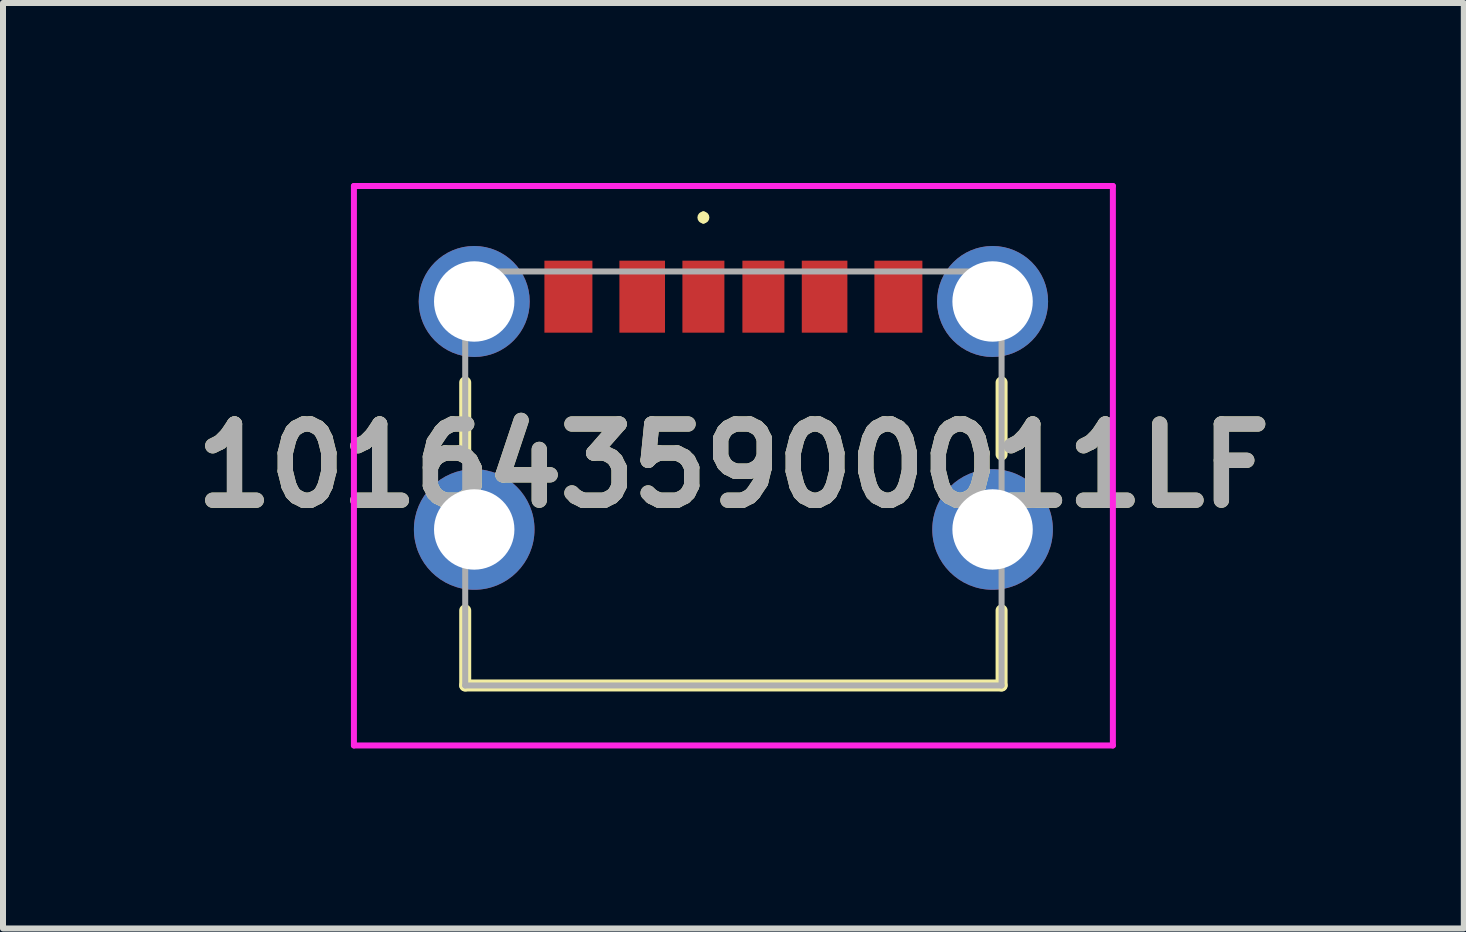
<source format=kicad_pcb>
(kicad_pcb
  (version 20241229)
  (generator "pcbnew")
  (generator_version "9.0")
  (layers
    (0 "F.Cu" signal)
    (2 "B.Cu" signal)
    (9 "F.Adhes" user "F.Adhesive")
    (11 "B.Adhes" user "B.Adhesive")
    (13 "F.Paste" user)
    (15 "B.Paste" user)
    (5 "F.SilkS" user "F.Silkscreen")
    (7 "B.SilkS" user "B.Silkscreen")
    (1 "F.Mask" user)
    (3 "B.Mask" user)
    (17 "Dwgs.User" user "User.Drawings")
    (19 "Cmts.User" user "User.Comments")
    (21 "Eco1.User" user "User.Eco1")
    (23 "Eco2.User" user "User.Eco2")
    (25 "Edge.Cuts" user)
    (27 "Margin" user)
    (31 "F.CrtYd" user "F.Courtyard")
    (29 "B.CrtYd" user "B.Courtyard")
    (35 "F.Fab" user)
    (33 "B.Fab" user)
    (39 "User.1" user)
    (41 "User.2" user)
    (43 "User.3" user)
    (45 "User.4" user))
  (footprint "1016435900011LF"
    (layer "F.Cu")
    (at 9.174 4.925)
    (property "Reference" "1016435900011LF" (at 0 -0.212 0) (layer "F.SilkS") (effects (font (size 1.27 1.27) (thickness 0.254))))
    (attr through_hole)
    (fp_line (start -4.47 -1.6) (end -4.47 -0.4) (stroke (width 0.2) (type solid)) (layer "F.SilkS"))
    (fp_line (start -4.47 2.2) (end -4.47 3.45) (stroke (width 0.2) (type solid)) (layer "F.SilkS"))
    (fp_line (start -4.47 3.45) (end 4.47 3.45) (stroke (width 0.2) (type solid)) (layer "F.SilkS"))
    (fp_line (start -0.5 -4.4) (end -0.5 -4.4) (stroke (width 0.1) (type solid)) (layer "F.SilkS"))
    (fp_line (start -0.5 -4.3) (end -0.5 -4.3) (stroke (width 0.1) (type solid)) (layer "F.SilkS"))
    (fp_line (start 4.47 -1.6) (end 4.47 -0.4) (stroke (width 0.2) (type solid)) (layer "F.SilkS"))
    (fp_line (start 4.47 3.45) (end 4.47 2.2) (stroke (width 0.2) (type solid)) (layer "F.SilkS"))
    (fp_arc (start -0.5 -4.4) (mid -0.45 -4.35) (end -0.5 -4.3) (stroke (width 0.1) (type solid)) (layer "F.SilkS"))
    (fp_arc (start -0.5 -4.3) (mid -0.55 -4.35) (end -0.5 -4.4) (stroke (width 0.1) (type solid)) (layer "F.SilkS"))
    (fp_line (start -6.325 -4.875) (end 6.325 -4.875) (stroke (width 0.1) (type solid)) (layer "F.CrtYd"))
    (fp_line (start -6.325 4.45) (end -6.325 -4.875) (stroke (width 0.1) (type solid)) (layer "F.CrtYd"))
    (fp_line (start 6.325 -4.875) (end 6.325 4.45) (stroke (width 0.1) (type solid)) (layer "F.CrtYd"))
    (fp_line (start 6.325 4.45) (end -6.325 4.45) (stroke (width 0.1) (type solid)) (layer "F.CrtYd"))
    (fp_line (start -4.47 -3.45) (end -4.47 3.45) (stroke (width 0.1) (type solid)) (layer "F.Fab"))
    (fp_line (start -4.47 3.45) (end 4.47 3.45) (stroke (width 0.1) (type solid)) (layer "F.Fab"))
    (fp_line (start 4.47 -3.45) (end -4.47 -3.45) (stroke (width 0.1) (type solid)) (layer "F.Fab"))
    (fp_line (start 4.47 3.45) (end 4.47 -3.45) (stroke (width 0.1) (type solid)) (layer "F.Fab"))
    (fp_text user "${REFERENCE}" (at 0 -0.212 0) (layer "F.Fab") (effects (font (size 1.27 1.27) (thickness 0.254))))
    (pad "A5" smd rect (at -0.5 -3.03) (size 0.7 1.2) (layers "F.Cu" "F.Mask" "F.Paste"))
    (pad "A9" smd rect (at 1.52 -3.03) (size 0.76 1.2) (layers "F.Cu" "F.Mask" "F.Paste"))
    (pad "A12" smd rect (at 2.75 -3.03) (size 0.8 1.2) (layers "F.Cu" "F.Mask" "F.Paste"))
    (pad "B5" smd rect (at 0.5 -3.03) (size 0.7 1.2) (layers "F.Cu" "F.Mask" "F.Paste"))
    (pad "B9" smd rect (at -1.52 -3.03) (size 0.76 1.2) (layers "F.Cu" "F.Mask" "F.Paste"))
    (pad "B12" smd rect (at -2.75 -3.03) (size 0.8 1.2) (layers "F.Cu" "F.Mask" "F.Paste"))
    (pad "MH1" thru_hole circle (at -4.32 -2.95) (size 1.85 1.85) (drill 1.34) (layers "*.Cu" "*.Mask"))
    (pad "MH2" thru_hole circle (at 4.32 -2.95) (size 1.85 1.85) (drill 1.34) (layers "*.Cu" "*.Mask"))
    (pad "MH3" thru_hole circle (at -4.32 0.85) (size 2.01 2.01) (drill 1.34) (layers "*.Cu" "*.Mask"))
    (pad "MH4" thru_hole circle (at 4.32 0.85) (size 2.01 2.01) (drill 1.34) (layers "*.Cu" "*.Mask")))
  (gr_rect
    (start -3 -3)
    (end 21.348 12.425)
    (stroke (width 0.1) (type default))
    (fill no)
    (layer "Edge.Cuts")))
</source>
